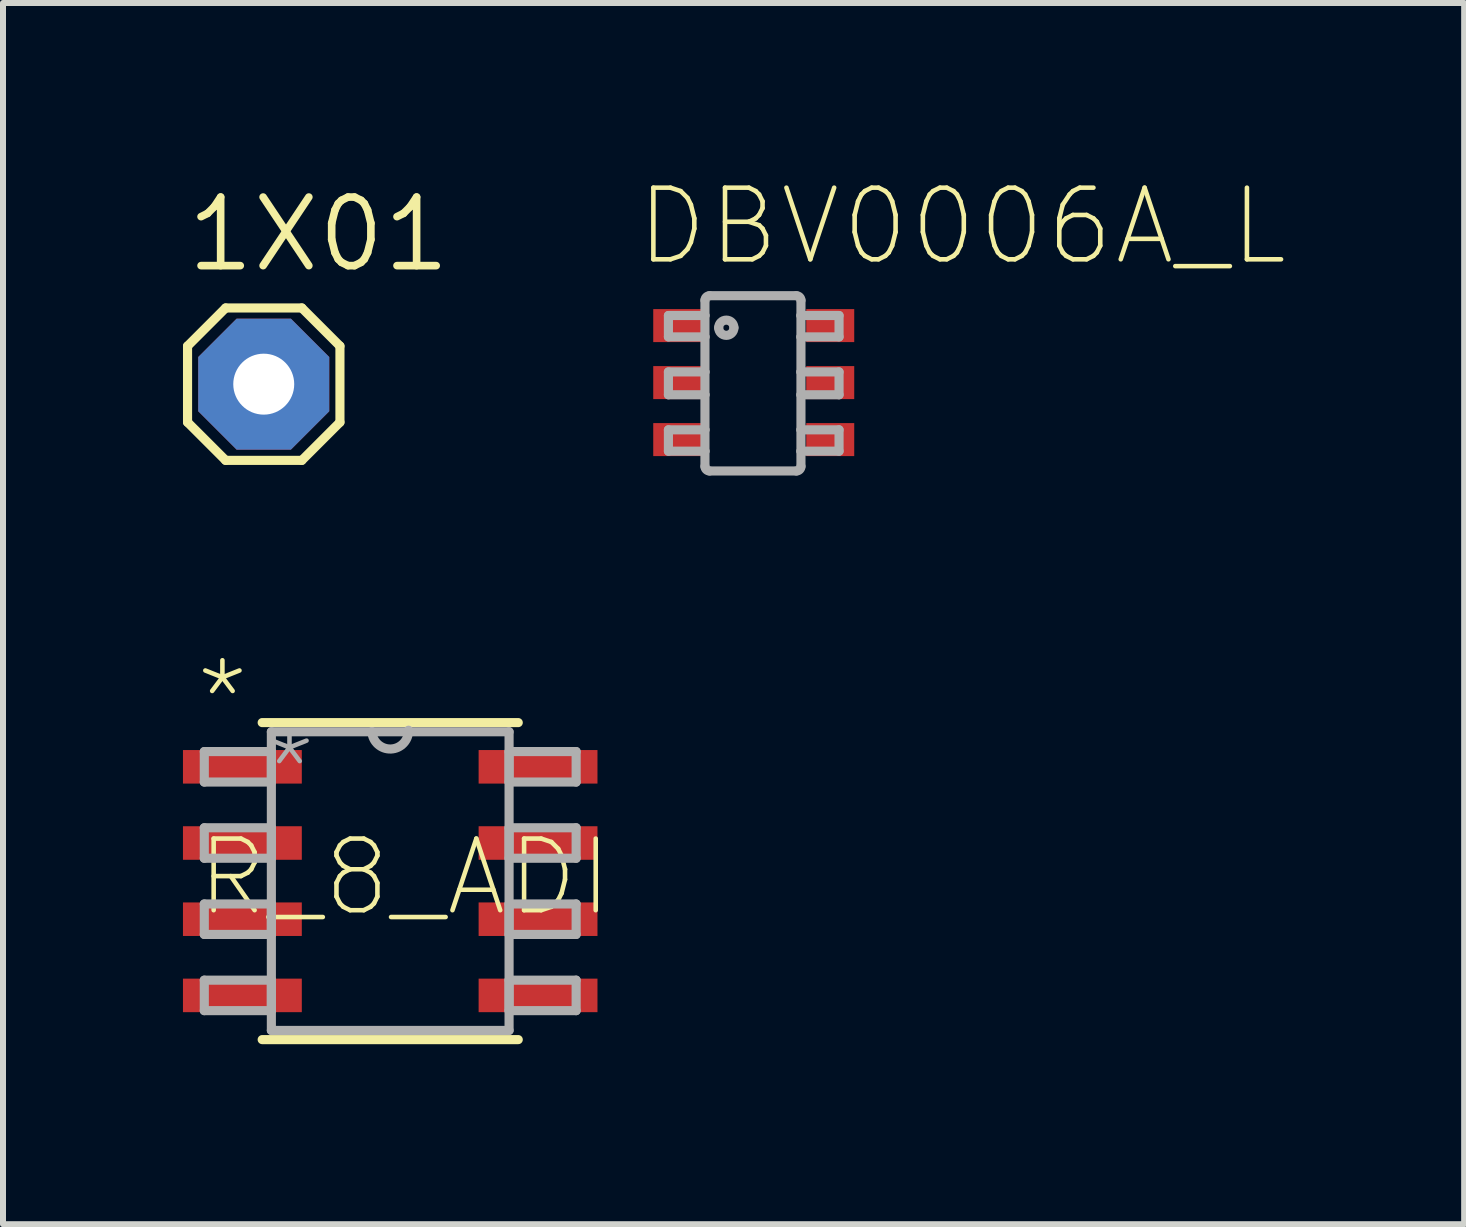
<source format=kicad_pcb>
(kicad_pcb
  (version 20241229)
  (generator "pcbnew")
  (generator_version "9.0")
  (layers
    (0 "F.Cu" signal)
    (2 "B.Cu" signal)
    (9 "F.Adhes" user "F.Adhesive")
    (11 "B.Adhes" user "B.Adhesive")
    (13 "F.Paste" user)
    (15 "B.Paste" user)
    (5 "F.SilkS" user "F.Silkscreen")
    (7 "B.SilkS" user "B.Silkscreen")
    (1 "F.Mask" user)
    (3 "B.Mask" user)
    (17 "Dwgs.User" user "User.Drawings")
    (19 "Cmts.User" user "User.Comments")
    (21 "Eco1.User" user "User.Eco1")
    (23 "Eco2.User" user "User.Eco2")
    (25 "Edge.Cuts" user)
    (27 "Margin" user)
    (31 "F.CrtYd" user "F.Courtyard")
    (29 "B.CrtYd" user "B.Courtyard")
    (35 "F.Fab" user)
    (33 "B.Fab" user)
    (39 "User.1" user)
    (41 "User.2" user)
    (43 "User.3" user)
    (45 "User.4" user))
  (footprint "1X01"
    (layer "F.Cu")
    (at 1.346 3.353)
    (property "Reference" "1X01" (at -1.346 -1.829 0) (layer "F.SilkS") (effects (font (size 1.143 1.143) (thickness 0.127)) (justify left bottom)))
    (fp_line (start -1.27 -0.635) (end -1.27 0.635) (stroke (width 0.152) (type solid)) (layer "F.SilkS"))
    (fp_line (start -1.27 0.635) (end -0.635 1.27) (stroke (width 0.152) (type solid)) (layer "F.SilkS"))
    (fp_line (start -0.635 -1.27) (end -1.27 -0.635) (stroke (width 0.152) (type solid)) (layer "F.SilkS"))
    (fp_line (start -0.635 -1.27) (end 0.635 -1.27) (stroke (width 0.152) (type solid)) (layer "F.SilkS"))
    (fp_line (start 0.635 -1.27) (end 1.27 -0.635) (stroke (width 0.152) (type solid)) (layer "F.SilkS"))
    (fp_line (start 0.635 1.27) (end -0.635 1.27) (stroke (width 0.152) (type solid)) (layer "F.SilkS"))
    (fp_line (start 1.27 -0.635) (end 1.27 0.635) (stroke (width 0.152) (type solid)) (layer "F.SilkS"))
    (fp_line (start 1.27 0.635) (end 0.635 1.27) (stroke (width 0.152) (type solid)) (layer "F.SilkS"))
    (fp_poly (pts (xy -0.254 0.254) (xy 0.254 0.254) (xy 0.254 -0.254) (xy -0.254 -0.254)) (stroke (width 0.1) (type default)) (fill no) (layer "F.Fab"))
    (pad "1" thru_hole roundrect (at 0 0) (size 2.184 2.184) (drill 1.016) (layers "*.Cu" "*.Mask") (roundrect_rratio 0.25) (chamfer_ratio 0.293) (chamfer top_left top_right bottom_left bottom_right)))
  (footprint "DBV0006A_L"
    (layer "F.Cu")
    (at 9.513 3.327)
    (property "Reference" "DBV0006A_L" (at -2.007 -1.905 0) (layer "F.SilkS") (effects (font (size 1.194 1.194) (thickness 0.076)) (justify left bottom)))
    (fp_line (start -1.422 -1.118) (end -0.813 -1.118) (stroke (width 0.152) (type solid)) (layer "F.Fab"))
    (fp_line (start -1.422 -0.762) (end -1.422 -1.118) (stroke (width 0.152) (type solid)) (layer "F.Fab"))
    (fp_line (start -1.422 -0.762) (end -0.813 -0.762) (stroke (width 0.152) (type solid)) (layer "F.Fab"))
    (fp_line (start -1.422 -0.178) (end -0.813 -0.178) (stroke (width 0.152) (type solid)) (layer "F.Fab"))
    (fp_line (start -1.422 0.203) (end -1.422 -0.178) (stroke (width 0.152) (type solid)) (layer "F.Fab"))
    (fp_line (start -1.422 0.203) (end -0.813 0.203) (stroke (width 0.152) (type solid)) (layer "F.Fab"))
    (fp_line (start -1.422 0.787) (end -0.813 0.787) (stroke (width 0.152) (type solid)) (layer "F.Fab"))
    (fp_line (start -1.422 1.143) (end -1.422 0.787) (stroke (width 0.152) (type solid)) (layer "F.Fab"))
    (fp_line (start -1.422 1.143) (end -0.813 1.143) (stroke (width 0.152) (type solid)) (layer "F.Fab"))
    (fp_line (start -0.813 -1.118) (end -0.813 -1.372) (stroke (width 0.152) (type solid)) (layer "F.Fab"))
    (fp_line (start -0.813 -0.762) (end -0.813 -1.118) (stroke (width 0.152) (type solid)) (layer "F.Fab"))
    (fp_line (start -0.813 -0.178) (end -0.813 -0.762) (stroke (width 0.152) (type solid)) (layer "F.Fab"))
    (fp_line (start -0.813 0.203) (end -0.813 -0.178) (stroke (width 0.152) (type solid)) (layer "F.Fab"))
    (fp_line (start -0.813 0.787) (end -0.813 0.203) (stroke (width 0.152) (type solid)) (layer "F.Fab"))
    (fp_line (start -0.813 1.143) (end -0.813 0.787) (stroke (width 0.152) (type solid)) (layer "F.Fab"))
    (fp_line (start -0.813 1.397) (end -0.813 1.143) (stroke (width 0.152) (type solid)) (layer "F.Fab"))
    (fp_line (start -0.737 -1.448) (end 0.711 -1.448) (stroke (width 0.152) (type solid)) (layer "F.Fab"))
    (fp_line (start -0.737 1.473) (end 0.711 1.473) (stroke (width 0.152) (type solid)) (layer "F.Fab"))
    (fp_line (start 0.787 -1.118) (end 0.787 -1.372) (stroke (width 0.152) (type solid)) (layer "F.Fab"))
    (fp_line (start 0.787 -1.118) (end 1.422 -1.118) (stroke (width 0.152) (type solid)) (layer "F.Fab"))
    (fp_line (start 0.787 -0.762) (end 0.787 -1.118) (stroke (width 0.152) (type solid)) (layer "F.Fab"))
    (fp_line (start 0.787 -0.762) (end 1.422 -0.762) (stroke (width 0.152) (type solid)) (layer "F.Fab"))
    (fp_line (start 0.787 -0.178) (end 0.787 -0.762) (stroke (width 0.152) (type solid)) (layer "F.Fab"))
    (fp_line (start 0.787 -0.178) (end 1.422 -0.178) (stroke (width 0.152) (type solid)) (layer "F.Fab"))
    (fp_line (start 0.787 0.203) (end 0.787 -0.178) (stroke (width 0.152) (type solid)) (layer "F.Fab"))
    (fp_line (start 0.787 0.203) (end 1.422 0.203) (stroke (width 0.152) (type solid)) (layer "F.Fab"))
    (fp_line (start 0.787 0.787) (end 0.787 0.203) (stroke (width 0.152) (type solid)) (layer "F.Fab"))
    (fp_line (start 0.787 0.787) (end 1.422 0.787) (stroke (width 0.152) (type solid)) (layer "F.Fab"))
    (fp_line (start 0.787 1.143) (end 0.787 0.787) (stroke (width 0.152) (type solid)) (layer "F.Fab"))
    (fp_line (start 0.787 1.143) (end 1.422 1.143) (stroke (width 0.152) (type solid)) (layer "F.Fab"))
    (fp_line (start 0.787 1.397) (end 0.787 1.143) (stroke (width 0.152) (type solid)) (layer "F.Fab"))
    (fp_line (start 1.422 -0.762) (end 1.422 -1.118) (stroke (width 0.152) (type solid)) (layer "F.Fab"))
    (fp_line (start 1.422 0.203) (end 1.422 -0.178) (stroke (width 0.152) (type solid)) (layer "F.Fab"))
    (fp_line (start 1.422 1.143) (end 1.422 0.787) (stroke (width 0.152) (type solid)) (layer "F.Fab"))
    (fp_arc (start -0.8128 -1.3716) (mid -0.790287 -1.425287) (end -0.7366 -1.4478) (stroke (width 0.1524) (type solid)) (layer "F.Fab"))
    (fp_arc (start -0.7366 1.4732) (mid -0.790287 1.450687) (end -0.8128 1.397) (stroke (width 0.1524) (type solid)) (layer "F.Fab"))
    (fp_arc (start -0.5842 -0.9144) (mid -0.4572 -1.0414) (end -0.3302 -0.9144) (stroke (width 0.1524) (type solid)) (layer "F.Fab"))
    (fp_arc (start -0.3302 -0.9144) (mid -0.4572 -0.7874) (end -0.5842 -0.9144) (stroke (width 0.1524) (type solid)) (layer "F.Fab"))
    (fp_arc (start 0.7112 -1.4478) (mid 0.764887 -1.425287) (end 0.7874 -1.3716) (stroke (width 0.1524) (type solid)) (layer "F.Fab"))
    (fp_arc (start 0.7874 1.397) (mid 0.764887 1.450687) (end 0.7112 1.4732) (stroke (width 0.1524) (type solid)) (layer "F.Fab"))
    (pad "1" smd rect (at -1.275 -0.95 90) (size 0.55 0.8) (layers "F.Cu" "F.Mask" "F.Paste"))
    (pad "2" smd rect (at -1.275 0 90) (size 0.55 0.8) (layers "F.Cu" "F.Mask" "F.Paste"))
    (pad "3" smd rect (at -1.275 0.95 90) (size 0.55 0.8) (layers "F.Cu" "F.Mask" "F.Paste"))
    (pad "4" smd rect (at 1.275 0.95 90) (size 0.55 0.8) (layers "F.Cu" "F.Mask" "F.Paste"))
    (pad "5" smd rect (at 1.275 0 90) (size 0.55 0.8) (layers "F.Cu" "F.Mask" "F.Paste"))
    (pad "6" smd rect (at 1.275 -0.95 90) (size 0.55 0.8) (layers "F.Cu" "F.Mask" "F.Paste")))
  (footprint "R_8_ADI"
    (layer "F.Cu")
    (at 3.454 11.636)
    (property "Reference" "R_8_ADI" (at -3.277 0.635 0) (layer "F.SilkS") (effects (font (size 1.194 1.194) (thickness 0.076)) (justify left bottom)))
    (fp_line (start -2.134 2.642) (end 2.134 2.642) (stroke (width 0.152) (type solid)) (layer "F.SilkS"))
    (fp_line (start 2.134 -2.642) (end -2.134 -2.642) (stroke (width 0.152) (type solid)) (layer "F.SilkS"))
    (fp_line (start -3.099 -2.159) (end -3.099 -1.651) (stroke (width 0.152) (type solid)) (layer "F.Fab"))
    (fp_line (start -3.099 -1.651) (end -1.981 -1.651) (stroke (width 0.152) (type solid)) (layer "F.Fab"))
    (fp_line (start -3.099 -0.889) (end -3.099 -0.381) (stroke (width 0.152) (type solid)) (layer "F.Fab"))
    (fp_line (start -3.099 -0.381) (end -1.981 -0.381) (stroke (width 0.152) (type solid)) (layer "F.Fab"))
    (fp_line (start -3.099 0.381) (end -3.099 0.889) (stroke (width 0.152) (type solid)) (layer "F.Fab"))
    (fp_line (start -3.099 0.889) (end -1.981 0.889) (stroke (width 0.152) (type solid)) (layer "F.Fab"))
    (fp_line (start -3.099 1.651) (end -3.099 2.159) (stroke (width 0.152) (type solid)) (layer "F.Fab"))
    (fp_line (start -3.099 2.159) (end -1.981 2.159) (stroke (width 0.152) (type solid)) (layer "F.Fab"))
    (fp_line (start -1.981 -2.489) (end -1.981 2.489) (stroke (width 0.152) (type solid)) (layer "F.Fab"))
    (fp_line (start -1.981 -2.159) (end -3.099 -2.159) (stroke (width 0.152) (type solid)) (layer "F.Fab"))
    (fp_line (start -1.981 -1.651) (end -1.981 -2.159) (stroke (width 0.152) (type solid)) (layer "F.Fab"))
    (fp_line (start -1.981 -0.889) (end -3.099 -0.889) (stroke (width 0.152) (type solid)) (layer "F.Fab"))
    (fp_line (start -1.981 -0.381) (end -1.981 -0.889) (stroke (width 0.152) (type solid)) (layer "F.Fab"))
    (fp_line (start -1.981 0.381) (end -3.099 0.381) (stroke (width 0.152) (type solid)) (layer "F.Fab"))
    (fp_line (start -1.981 0.889) (end -1.981 0.381) (stroke (width 0.152) (type solid)) (layer "F.Fab"))
    (fp_line (start -1.981 1.651) (end -3.099 1.651) (stroke (width 0.152) (type solid)) (layer "F.Fab"))
    (fp_line (start -1.981 2.159) (end -1.981 1.651) (stroke (width 0.152) (type solid)) (layer "F.Fab"))
    (fp_line (start -1.981 2.489) (end 1.981 2.489) (stroke (width 0.152) (type solid)) (layer "F.Fab"))
    (fp_line (start -0.305 -2.489) (end -1.981 -2.489) (stroke (width 0.152) (type solid)) (layer "F.Fab"))
    (fp_line (start 1.981 -2.489) (end -0.305 -2.489) (stroke (width 0.152) (type solid)) (layer "F.Fab"))
    (fp_line (start 1.981 -2.159) (end 1.981 -1.651) (stroke (width 0.152) (type solid)) (layer "F.Fab"))
    (fp_line (start 1.981 -1.651) (end 3.099 -1.651) (stroke (width 0.152) (type solid)) (layer "F.Fab"))
    (fp_line (start 1.981 -0.889) (end 1.981 -0.381) (stroke (width 0.152) (type solid)) (layer "F.Fab"))
    (fp_line (start 1.981 -0.381) (end 3.099 -0.381) (stroke (width 0.152) (type solid)) (layer "F.Fab"))
    (fp_line (start 1.981 0.381) (end 1.981 0.889) (stroke (width 0.152) (type solid)) (layer "F.Fab"))
    (fp_line (start 1.981 0.889) (end 3.099 0.889) (stroke (width 0.152) (type solid)) (layer "F.Fab"))
    (fp_line (start 1.981 1.651) (end 1.981 2.159) (stroke (width 0.152) (type solid)) (layer "F.Fab"))
    (fp_line (start 1.981 2.159) (end 3.099 2.159) (stroke (width 0.152) (type solid)) (layer "F.Fab"))
    (fp_line (start 1.981 2.489) (end 1.981 -2.489) (stroke (width 0.152) (type solid)) (layer "F.Fab"))
    (fp_line (start 3.099 -2.159) (end 1.981 -2.159) (stroke (width 0.152) (type solid)) (layer "F.Fab"))
    (fp_line (start 3.099 -1.651) (end 3.099 -2.159) (stroke (width 0.152) (type solid)) (layer "F.Fab"))
    (fp_line (start 3.099 -0.889) (end 1.981 -0.889) (stroke (width 0.152) (type solid)) (layer "F.Fab"))
    (fp_line (start 3.099 -0.381) (end 3.099 -0.889) (stroke (width 0.152) (type solid)) (layer "F.Fab"))
    (fp_line (start 3.099 0.381) (end 1.981 0.381) (stroke (width 0.152) (type solid)) (layer "F.Fab"))
    (fp_line (start 3.099 0.889) (end 3.099 0.381) (stroke (width 0.152) (type solid)) (layer "F.Fab"))
    (fp_line (start 3.099 1.651) (end 1.981 1.651) (stroke (width 0.152) (type solid)) (layer "F.Fab"))
    (fp_line (start 3.099 2.159) (end 3.099 1.651) (stroke (width 0.152) (type solid)) (layer "F.Fab"))
    (fp_arc (start 0.3048 -2.5146) (mid 0.0127 -2.1971) (end -0.3048 -2.4892) (stroke (width 0.1524) (type solid)) (layer "F.Fab"))
    (fp_text user "*" (at -3.302 -2.337 0) (layer "F.SilkS") (effects (font (size 1.194 1.194) (thickness 0.076)) (justify left bottom)))
    (fp_text user "*" (at -2.184 -1.168 0) (layer "F.Fab") (effects (font (size 1.194 1.194) (thickness 0.076)) (justify left bottom)))
    (pad "1" smd rect (at -2.464 -1.905) (size 1.981 0.559) (layers "F.Cu" "F.Mask" "F.Paste"))
    (pad "2" smd rect (at -2.464 -0.635) (size 1.981 0.559) (layers "F.Cu" "F.Mask" "F.Paste"))
    (pad "3" smd rect (at -2.464 0.635) (size 1.981 0.559) (layers "F.Cu" "F.Mask" "F.Paste"))
    (pad "4" smd rect (at -2.464 1.905) (size 1.981 0.559) (layers "F.Cu" "F.Mask" "F.Paste"))
    (pad "5" smd rect (at 2.464 1.905) (size 1.981 0.559) (layers "F.Cu" "F.Mask" "F.Paste"))
    (pad "6" smd rect (at 2.464 0.635) (size 1.981 0.559) (layers "F.Cu" "F.Mask" "F.Paste"))
    (pad "7" smd rect (at 2.464 -0.635) (size 1.981 0.559) (layers "F.Cu" "F.Mask" "F.Paste"))
    (pad "8" smd rect (at 2.464 -1.905) (size 1.981 0.559) (layers "F.Cu" "F.Mask" "F.Paste")))
  (gr_rect
    (start -3 -3)
    (end 21.354 17.354)
    (stroke (width 0.1) (type default))
    (fill no)
    (layer "Edge.Cuts")))
</source>
